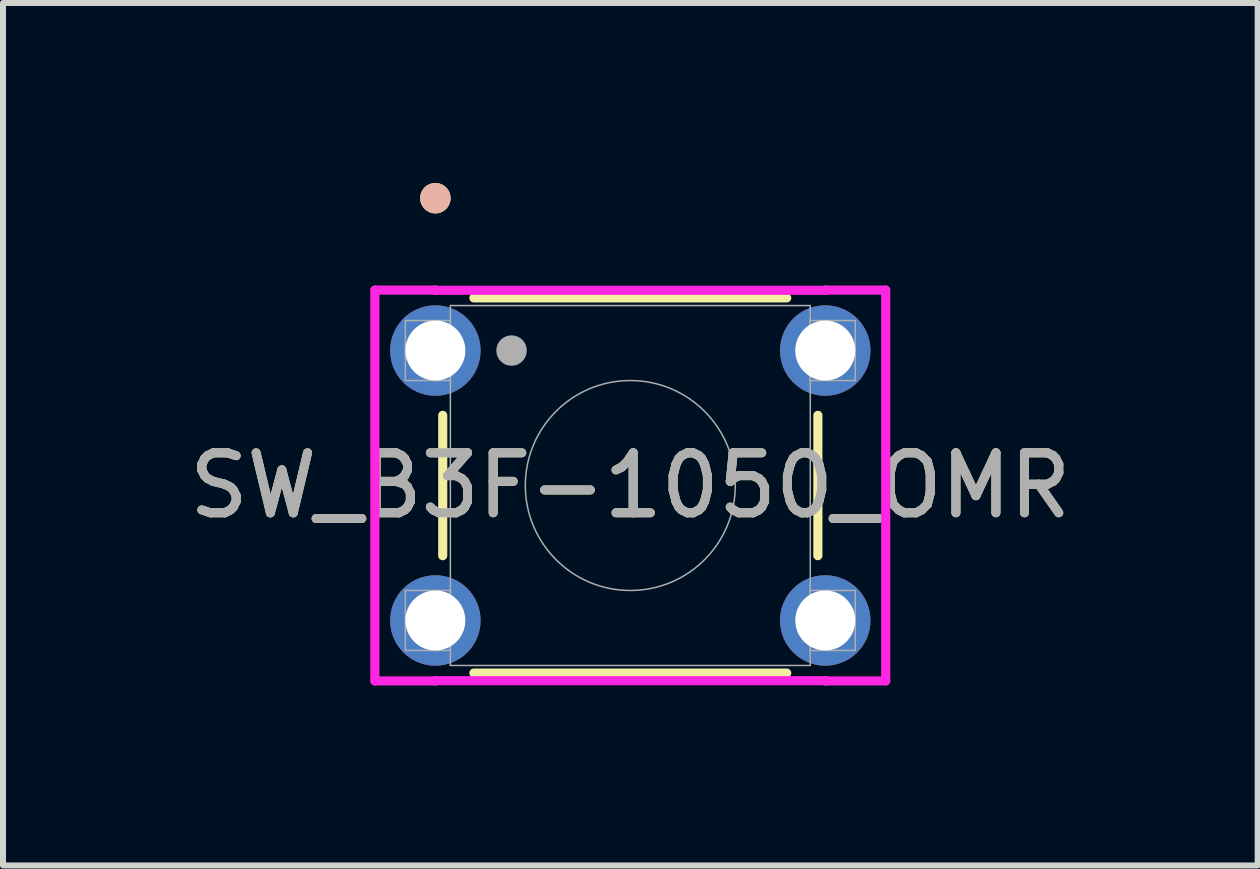
<source format=kicad_pcb>
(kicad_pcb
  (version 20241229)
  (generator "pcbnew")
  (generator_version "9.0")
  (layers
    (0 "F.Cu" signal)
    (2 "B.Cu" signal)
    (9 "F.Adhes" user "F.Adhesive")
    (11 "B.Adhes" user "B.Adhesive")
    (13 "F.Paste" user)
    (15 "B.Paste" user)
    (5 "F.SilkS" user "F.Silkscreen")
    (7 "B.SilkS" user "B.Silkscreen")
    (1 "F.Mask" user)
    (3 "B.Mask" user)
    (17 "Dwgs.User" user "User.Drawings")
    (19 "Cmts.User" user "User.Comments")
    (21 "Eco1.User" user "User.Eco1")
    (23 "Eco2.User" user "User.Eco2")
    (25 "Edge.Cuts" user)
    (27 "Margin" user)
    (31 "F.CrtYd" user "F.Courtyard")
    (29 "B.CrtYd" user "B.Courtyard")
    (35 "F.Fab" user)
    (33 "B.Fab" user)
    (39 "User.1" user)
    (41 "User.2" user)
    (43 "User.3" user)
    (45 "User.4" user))
  (footprint "SW_B3F-1050_OMR"
    (layer "F.Cu")
    (at 4.208 2.794)
    (property "Reference" "SW_B3F-1050_OMR" (at 3.25 2.25 0) (unlocked yes) (layer "F.SilkS") (effects (font (size 1 1) (thickness 0.15))))
    (attr through_hole)
    (fp_line (start 0.123 1.08) (end 0.123 3.42) (stroke (width 0.152) (type solid)) (layer "F.SilkS"))
    (fp_line (start 0.642 5.377) (end 5.858 5.377) (stroke (width 0.152) (type solid)) (layer "F.SilkS"))
    (fp_line (start 5.858 -0.877) (end 0.642 -0.877) (stroke (width 0.152) (type solid)) (layer "F.SilkS"))
    (fp_line (start 6.377 3.42) (end 6.377 1.08) (stroke (width 0.152) (type solid)) (layer "F.SilkS"))
    (fp_circle (center 0 -2.54) (end 0.127 -2.54) (stroke (width 0.254) (type solid)) (fill no) (layer "F.SilkS"))
    (fp_circle (center 0 -2.54) (end 0.127 -2.54) (stroke (width 0.254) (type solid)) (fill no) (layer "B.SilkS"))
    (fp_line (start -1.008 -1.008) (end -0.004 -1.008) (stroke (width 0.152) (type solid)) (layer "F.CrtYd"))
    (fp_line (start -1.008 5.508) (end -1.008 -1.008) (stroke (width 0.152) (type solid)) (layer "F.CrtYd"))
    (fp_line (start -1.008 5.508) (end -0.004 5.508) (stroke (width 0.152) (type solid)) (layer "F.CrtYd"))
    (fp_line (start -0.004 -1.008) (end -0.004 -1.004) (stroke (width 0.152) (type solid)) (layer "F.CrtYd"))
    (fp_line (start -0.004 -1.004) (end 6.504 -1.004) (stroke (width 0.152) (type solid)) (layer "F.CrtYd"))
    (fp_line (start -0.004 5.504) (end -0.004 5.508) (stroke (width 0.152) (type solid)) (layer "F.CrtYd"))
    (fp_line (start 6.504 -1.004) (end 6.504 -1.008) (stroke (width 0.152) (type solid)) (layer "F.CrtYd"))
    (fp_line (start 6.504 5.504) (end -0.004 5.504) (stroke (width 0.152) (type solid)) (layer "F.CrtYd"))
    (fp_line (start 6.504 5.508) (end 6.504 5.504) (stroke (width 0.152) (type solid)) (layer "F.CrtYd"))
    (fp_line (start 7.508 -1.008) (end 6.504 -1.008) (stroke (width 0.152) (type solid)) (layer "F.CrtYd"))
    (fp_line (start 7.508 -1.008) (end 7.508 5.508) (stroke (width 0.152) (type solid)) (layer "F.CrtYd"))
    (fp_line (start 7.508 5.508) (end 6.504 5.508) (stroke (width 0.152) (type solid)) (layer "F.CrtYd"))
    (fp_line (start -0.5 -0.5) (end -0.5 0.5) (stroke (width 0.025) (type solid)) (layer "F.Fab"))
    (fp_line (start -0.5 0.5) (end 0.25 0.5) (stroke (width 0.025) (type solid)) (layer "F.Fab"))
    (fp_line (start -0.5 4) (end -0.5 5) (stroke (width 0.025) (type solid)) (layer "F.Fab"))
    (fp_line (start -0.5 5) (end 0.25 5) (stroke (width 0.025) (type solid)) (layer "F.Fab"))
    (fp_line (start 0.25 -0.75) (end 0.25 5.25) (stroke (width 0.025) (type solid)) (layer "F.Fab"))
    (fp_line (start 0.25 5.25) (end 6.25 5.25) (stroke (width 0.025) (type solid)) (layer "F.Fab"))
    (fp_line (start 0.25 -0.5) (end -0.5 -0.5) (stroke (width 0.025) (type solid)) (layer "F.Fab"))
    (fp_line (start 0.25 0.5) (end 0.25 -0.5) (stroke (width 0.025) (type solid)) (layer "F.Fab"))
    (fp_line (start 0.25 4) (end -0.5 4) (stroke (width 0.025) (type solid)) (layer "F.Fab"))
    (fp_line (start 0.25 5) (end 0.25 4) (stroke (width 0.025) (type solid)) (layer "F.Fab"))
    (fp_line (start 6.25 -0.5) (end 6.25 0.5) (stroke (width 0.025) (type solid)) (layer "F.Fab"))
    (fp_line (start 6.25 0.5) (end 7 0.5) (stroke (width 0.025) (type solid)) (layer "F.Fab"))
    (fp_line (start 6.25 4) (end 6.25 5) (stroke (width 0.025) (type solid)) (layer "F.Fab"))
    (fp_line (start 6.25 5) (end 7 5) (stroke (width 0.025) (type solid)) (layer "F.Fab"))
    (fp_line (start 6.25 -0.75) (end 0.25 -0.75) (stroke (width 0.025) (type solid)) (layer "F.Fab"))
    (fp_line (start 6.25 5.25) (end 6.25 -0.75) (stroke (width 0.025) (type solid)) (layer "F.Fab"))
    (fp_line (start 7 -0.5) (end 6.25 -0.5) (stroke (width 0.025) (type solid)) (layer "F.Fab"))
    (fp_line (start 7 0.5) (end 7 -0.5) (stroke (width 0.025) (type solid)) (layer "F.Fab"))
    (fp_line (start 7 4) (end 6.25 4) (stroke (width 0.025) (type solid)) (layer "F.Fab"))
    (fp_line (start 7 5) (end 7 4) (stroke (width 0.025) (type solid)) (layer "F.Fab"))
    (fp_circle (center 1.27 0) (end 1.397 0) (stroke (width 0.254) (type solid)) (fill no) (layer "F.Fab"))
    (fp_circle (center 3.25 2.25) (end 5 2.25) (stroke (width 0.025) (type solid)) (fill no) (layer "F.Fab"))
    (fp_text user "${REFERENCE}" (at 3.25 2.25 0) (unlocked yes) (layer "F.Fab") (effects (font (size 1 1) (thickness 0.15))))
    (pad "1" thru_hole circle (at 0 0) (size 1.508 1.508) (drill 1) (layers "*.Cu" "*.Mask"))
    (pad "2" thru_hole circle (at 6.5 0) (size 1.508 1.508) (drill 1) (layers "*.Cu" "*.Mask"))
    (pad "3" thru_hole circle (at 0 4.5) (size 1.508 1.508) (drill 1) (layers "*.Cu" "*.Mask"))
    (pad "4" thru_hole circle (at 6.5 4.5) (size 1.508 1.508) (drill 1) (layers "*.Cu" "*.Mask")))
  (gr_rect
    (start -3 -3)
    (end 17.917 11.378)
    (stroke (width 0.1) (type default))
    (fill no)
    (layer "Edge.Cuts")))
</source>
